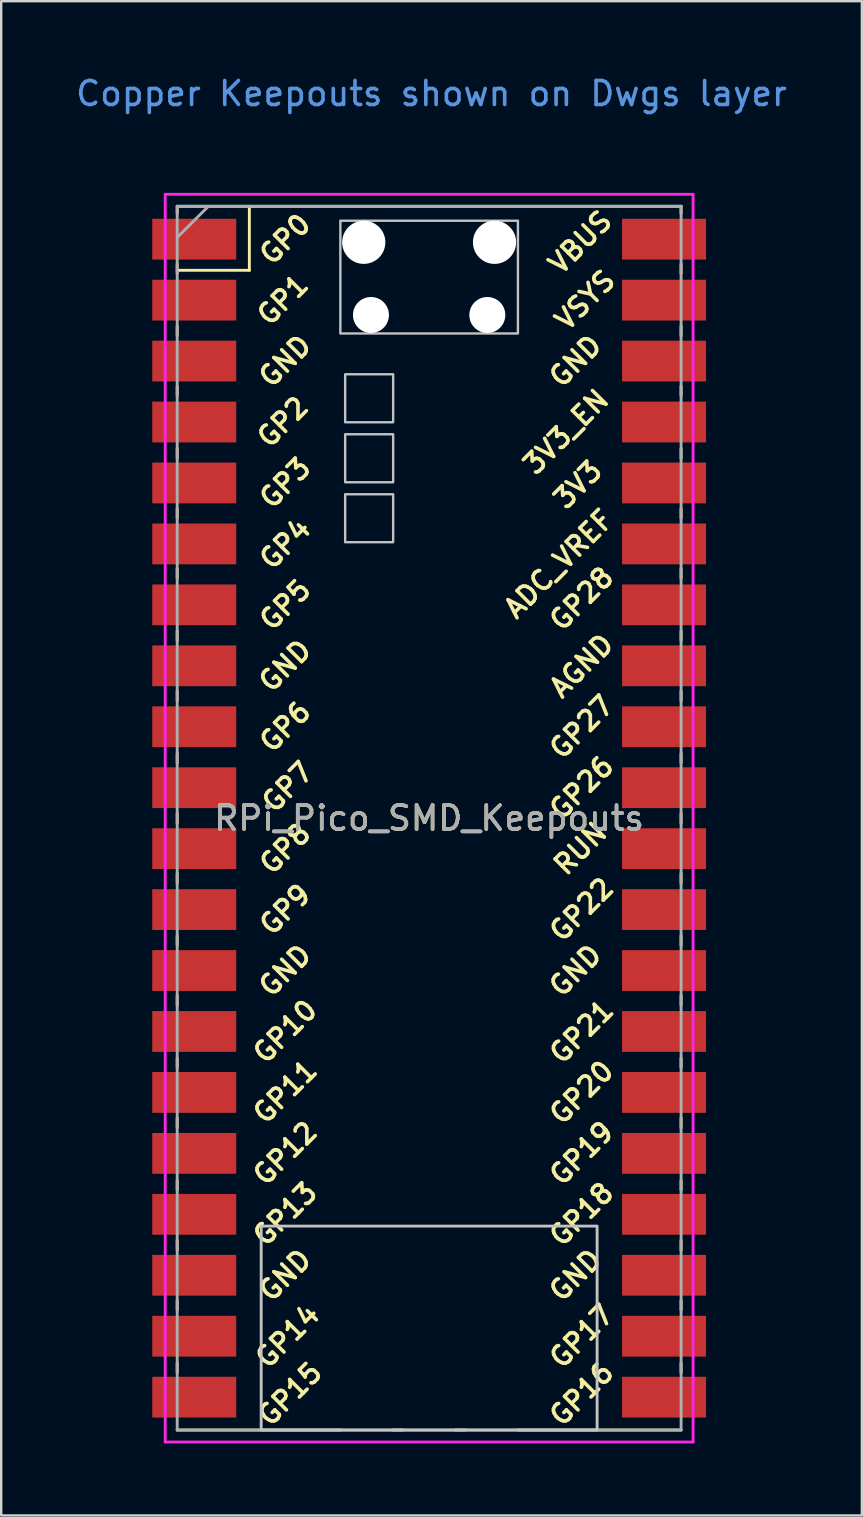
<source format=kicad_pcb>
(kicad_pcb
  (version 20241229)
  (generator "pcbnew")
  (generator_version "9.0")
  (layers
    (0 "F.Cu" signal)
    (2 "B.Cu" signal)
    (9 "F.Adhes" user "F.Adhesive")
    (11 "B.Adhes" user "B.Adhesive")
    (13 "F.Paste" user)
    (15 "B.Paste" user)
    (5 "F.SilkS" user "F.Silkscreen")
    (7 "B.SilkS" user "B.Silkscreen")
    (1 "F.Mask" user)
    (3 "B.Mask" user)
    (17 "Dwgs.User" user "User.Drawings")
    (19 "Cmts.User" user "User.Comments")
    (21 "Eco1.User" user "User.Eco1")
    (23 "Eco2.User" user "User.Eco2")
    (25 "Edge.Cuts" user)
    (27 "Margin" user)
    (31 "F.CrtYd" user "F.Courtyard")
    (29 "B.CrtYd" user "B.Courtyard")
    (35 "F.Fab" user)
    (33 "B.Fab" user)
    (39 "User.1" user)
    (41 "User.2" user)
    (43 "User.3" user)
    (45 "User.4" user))
  (footprint "RPi_Pico_SMD_Keepouts"
    (layer "F.Cu")
    (at 14.835 31.048)
    (property "Reference" "RPi_Pico_SMD_Keepouts" (at 0 0 0) (layer "F.SilkS") (effects (font (size 1 1) (thickness 0.15))))
    (attr through_hole)
    (fp_line (start -10.5 -25.5) (end -10.5 -25.2) (stroke (width 0.12) (type solid)) (layer "F.SilkS"))
    (fp_line (start -10.5 -25.5) (end 10.5 -25.5) (stroke (width 0.12) (type solid)) (layer "F.SilkS"))
    (fp_line (start -10.5 -23.1) (end -10.5 -22.7) (stroke (width 0.12) (type solid)) (layer "F.SilkS"))
    (fp_line (start -10.5 -22.833) (end -7.493 -22.833) (stroke (width 0.12) (type solid)) (layer "F.SilkS"))
    (fp_line (start -10.5 -20.5) (end -10.5 -20.1) (stroke (width 0.12) (type solid)) (layer "F.SilkS"))
    (fp_line (start -10.5 -18) (end -10.5 -17.6) (stroke (width 0.12) (type solid)) (layer "F.SilkS"))
    (fp_line (start -10.5 -15.4) (end -10.5 -15) (stroke (width 0.12) (type solid)) (layer "F.SilkS"))
    (fp_line (start -10.5 -12.9) (end -10.5 -12.5) (stroke (width 0.12) (type solid)) (layer "F.SilkS"))
    (fp_line (start -10.5 -10.4) (end -10.5 -10) (stroke (width 0.12) (type solid)) (layer "F.SilkS"))
    (fp_line (start -10.5 -7.8) (end -10.5 -7.4) (stroke (width 0.12) (type solid)) (layer "F.SilkS"))
    (fp_line (start -10.5 -5.3) (end -10.5 -4.9) (stroke (width 0.12) (type solid)) (layer "F.SilkS"))
    (fp_line (start -10.5 -2.7) (end -10.5 -2.3) (stroke (width 0.12) (type solid)) (layer "F.SilkS"))
    (fp_line (start -10.5 -0.2) (end -10.5 0.2) (stroke (width 0.12) (type solid)) (layer "F.SilkS"))
    (fp_line (start -10.5 2.3) (end -10.5 2.7) (stroke (width 0.12) (type solid)) (layer "F.SilkS"))
    (fp_line (start -10.5 4.9) (end -10.5 5.3) (stroke (width 0.12) (type solid)) (layer "F.SilkS"))
    (fp_line (start -10.5 7.4) (end -10.5 7.8) (stroke (width 0.12) (type solid)) (layer "F.SilkS"))
    (fp_line (start -10.5 10) (end -10.5 10.4) (stroke (width 0.12) (type solid)) (layer "F.SilkS"))
    (fp_line (start -10.5 12.5) (end -10.5 12.9) (stroke (width 0.12) (type solid)) (layer "F.SilkS"))
    (fp_line (start -10.5 15.1) (end -10.5 15.5) (stroke (width 0.12) (type solid)) (layer "F.SilkS"))
    (fp_line (start -10.5 17.6) (end -10.5 18) (stroke (width 0.12) (type solid)) (layer "F.SilkS"))
    (fp_line (start -10.5 20.1) (end -10.5 20.5) (stroke (width 0.12) (type solid)) (layer "F.SilkS"))
    (fp_line (start -10.5 22.7) (end -10.5 23.1) (stroke (width 0.12) (type solid)) (layer "F.SilkS"))
    (fp_line (start -7.493 -22.833) (end -7.493 -25.5) (stroke (width 0.12) (type solid)) (layer "F.SilkS"))
    (fp_line (start -3.7 25.5) (end -10.5 25.5) (stroke (width 0.12) (type solid)) (layer "F.SilkS"))
    (fp_line (start -1.5 25.5) (end -1.1 25.5) (stroke (width 0.12) (type solid)) (layer "F.SilkS"))
    (fp_line (start 1.1 25.5) (end 1.5 25.5) (stroke (width 0.12) (type solid)) (layer "F.SilkS"))
    (fp_line (start 10.5 -25.5) (end 10.5 -25.2) (stroke (width 0.12) (type solid)) (layer "F.SilkS"))
    (fp_line (start 10.5 -23.1) (end 10.5 -22.7) (stroke (width 0.12) (type solid)) (layer "F.SilkS"))
    (fp_line (start 10.5 -20.5) (end 10.5 -20.1) (stroke (width 0.12) (type solid)) (layer "F.SilkS"))
    (fp_line (start 10.5 -18) (end 10.5 -17.6) (stroke (width 0.12) (type solid)) (layer "F.SilkS"))
    (fp_line (start 10.5 -15.4) (end 10.5 -15) (stroke (width 0.12) (type solid)) (layer "F.SilkS"))
    (fp_line (start 10.5 -12.9) (end 10.5 -12.5) (stroke (width 0.12) (type solid)) (layer "F.SilkS"))
    (fp_line (start 10.5 -10.4) (end 10.5 -10) (stroke (width 0.12) (type solid)) (layer "F.SilkS"))
    (fp_line (start 10.5 -7.8) (end 10.5 -7.4) (stroke (width 0.12) (type solid)) (layer "F.SilkS"))
    (fp_line (start 10.5 -5.3) (end 10.5 -4.9) (stroke (width 0.12) (type solid)) (layer "F.SilkS"))
    (fp_line (start 10.5 -2.7) (end 10.5 -2.3) (stroke (width 0.12) (type solid)) (layer "F.SilkS"))
    (fp_line (start 10.5 -0.2) (end 10.5 0.2) (stroke (width 0.12) (type solid)) (layer "F.SilkS"))
    (fp_line (start 10.5 2.3) (end 10.5 2.7) (stroke (width 0.12) (type solid)) (layer "F.SilkS"))
    (fp_line (start 10.5 4.9) (end 10.5 5.3) (stroke (width 0.12) (type solid)) (layer "F.SilkS"))
    (fp_line (start 10.5 7.4) (end 10.5 7.8) (stroke (width 0.12) (type solid)) (layer "F.SilkS"))
    (fp_line (start 10.5 10) (end 10.5 10.4) (stroke (width 0.12) (type solid)) (layer "F.SilkS"))
    (fp_line (start 10.5 12.5) (end 10.5 12.9) (stroke (width 0.12) (type solid)) (layer "F.SilkS"))
    (fp_line (start 10.5 15.1) (end 10.5 15.5) (stroke (width 0.12) (type solid)) (layer "F.SilkS"))
    (fp_line (start 10.5 17.6) (end 10.5 18) (stroke (width 0.12) (type solid)) (layer "F.SilkS"))
    (fp_line (start 10.5 20.1) (end 10.5 20.5) (stroke (width 0.12) (type solid)) (layer "F.SilkS"))
    (fp_line (start 10.5 22.7) (end 10.5 23.1) (stroke (width 0.12) (type solid)) (layer "F.SilkS"))
    (fp_line (start 10.5 25.5) (end 3.7 25.5) (stroke (width 0.12) (type solid)) (layer "F.SilkS"))
    (fp_rect (start -7 17) (end 7 25.5) (stroke (width 0.12) (type solid)) (fill no) (layer "Dwgs.User"))
    (fp_poly (pts (xy -1.5 -16.5) (xy -3.5 -16.5) (xy -3.5 -18.5) (xy -1.5 -18.5)) (stroke (width 0.1) (type solid)) (fill no) (layer "Dwgs.User"))
    (fp_poly (pts (xy -1.5 -14) (xy -3.5 -14) (xy -3.5 -16) (xy -1.5 -16)) (stroke (width 0.1) (type solid)) (fill no) (layer "Dwgs.User"))
    (fp_poly (pts (xy -1.5 -11.5) (xy -3.5 -11.5) (xy -3.5 -13.5) (xy -1.5 -13.5)) (stroke (width 0.1) (type solid)) (fill no) (layer "Dwgs.User"))
    (fp_poly (pts (xy 3.7 -20.2) (xy -3.7 -20.2) (xy -3.7 -24.9) (xy 3.7 -24.9)) (stroke (width 0.1) (type solid)) (fill no) (layer "Dwgs.User"))
    (fp_line (start -11 -26) (end 11 -26) (stroke (width 0.12) (type solid)) (layer "F.CrtYd"))
    (fp_line (start -11 26) (end -11 -26) (stroke (width 0.12) (type solid)) (layer "F.CrtYd"))
    (fp_line (start 11 -26) (end 11 26) (stroke (width 0.12) (type solid)) (layer "F.CrtYd"))
    (fp_line (start 11 26) (end -11 26) (stroke (width 0.12) (type solid)) (layer "F.CrtYd"))
    (fp_line (start -10.5 -25.5) (end 10.5 -25.5) (stroke (width 0.12) (type solid)) (layer "F.Fab"))
    (fp_line (start -10.5 -24.2) (end -9.2 -25.5) (stroke (width 0.12) (type solid)) (layer "F.Fab"))
    (fp_line (start -10.5 25.5) (end -10.5 -25.5) (stroke (width 0.12) (type solid)) (layer "F.Fab"))
    (fp_line (start 10.5 -25.5) (end 10.5 25.5) (stroke (width 0.12) (type solid)) (layer "F.Fab"))
    (fp_line (start 10.5 25.5) (end -10.5 25.5) (stroke (width 0.12) (type solid)) (layer "F.Fab"))
    (fp_text user "GP14" (at -5.9 21.59 45) (layer "F.SilkS") (effects (font (size 0.8 0.8) (thickness 0.15))))
    (fp_text user "GP13" (at -6 16.5 45) (layer "F.SilkS") (effects (font (size 0.8 0.8) (thickness 0.15))))
    (fp_text user "3V3_EN" (at 5.7 -16.1 45) (layer "F.SilkS") (effects (font (size 0.8 0.8) (thickness 0.15))))
    (fp_text user "GP27" (at 6.354 -3.8 45) (layer "F.SilkS") (effects (font (size 0.8 0.8) (thickness 0.15))))
    (fp_text user "GP0" (at -6 -24.13 45) (layer "F.SilkS") (effects (font (size 0.8 0.8) (thickness 0.15))))
    (fp_text user "VBUS" (at 6.3 -24 45) (layer "F.SilkS") (effects (font (size 0.8 0.8) (thickness 0.15))))
    (fp_text user "ADC_VREF" (at 5.4 -10.6 45) (layer "F.SilkS") (effects (font (size 0.8 0.8) (thickness 0.15))))
    (fp_text user "GND" (at -6 6.35 45) (layer "F.SilkS") (effects (font (size 0.8 0.8) (thickness 0.15))))
    (fp_text user "GND" (at 6.1 19.05 45) (layer "F.SilkS") (effects (font (size 0.8 0.8) (thickness 0.15))))
    (fp_text user "GP6" (at -6 -3.81 45) (layer "F.SilkS") (effects (font (size 0.8 0.8) (thickness 0.15))))
    (fp_text user "GP28" (at 6.354 -9.144 45) (layer "F.SilkS") (effects (font (size 0.8 0.8) (thickness 0.15))))
    (fp_text user "GND" (at -6 -6.35 45) (layer "F.SilkS") (effects (font (size 0.8 0.8) (thickness 0.15))))
    (fp_text user "GP3" (at -6 -13.97 45) (layer "F.SilkS") (effects (font (size 0.8 0.8) (thickness 0.15))))
    (fp_text user "GP20" (at 6.354 11.43 45) (layer "F.SilkS") (effects (font (size 0.8 0.8) (thickness 0.15))))
    (fp_text user "GND" (at 6.1 6.35 45) (layer "F.SilkS") (effects (font (size 0.8 0.8) (thickness 0.15))))
    (fp_text user "AGND" (at 6.354 -6.35 45) (layer "F.SilkS") (effects (font (size 0.8 0.8) (thickness 0.15))))
    (fp_text user "GP17" (at 6.354 21.59 45) (layer "F.SilkS") (effects (font (size 0.8 0.8) (thickness 0.15))))
    (fp_text user "GP18" (at 6.354 16.51 45) (layer "F.SilkS") (effects (font (size 0.8 0.8) (thickness 0.15))))
    (fp_text user "GP10" (at -6 8.89 45) (layer "F.SilkS") (effects (font (size 0.8 0.8) (thickness 0.15))))
    (fp_text user "GP15" (at -5.8 24 45) (layer "F.SilkS") (effects (font (size 0.8 0.8) (thickness 0.15))))
    (fp_text user "RUN" (at 6.3 1.27 45) (layer "F.SilkS") (effects (font (size 0.8 0.8) (thickness 0.15))))
    (fp_text user "GP19" (at 6.354 13.97 45) (layer "F.SilkS") (effects (font (size 0.8 0.8) (thickness 0.15))))
    (fp_text user "GP21" (at 6.354 8.9 45) (layer "F.SilkS") (effects (font (size 0.8 0.8) (thickness 0.15))))
    (fp_text user "GND" (at -6 19.05 45) (layer "F.SilkS") (effects (font (size 0.8 0.8) (thickness 0.15))))
    (fp_text user "GP5" (at -6 -8.89 45) (layer "F.SilkS") (effects (font (size 0.8 0.8) (thickness 0.15))))
    (fp_text user "GP12" (at -6 13.97 45) (layer "F.SilkS") (effects (font (size 0.8 0.8) (thickness 0.15))))
    (fp_text user "3V3" (at 6.2 -13.9 45) (layer "F.SilkS") (effects (font (size 0.8 0.8) (thickness 0.15))))
    (fp_text user "GND" (at 6.1 -19.05 45) (layer "F.SilkS") (effects (font (size 0.8 0.8) (thickness 0.15))))
    (fp_text user "GP8" (at -6 1.27 45) (layer "F.SilkS") (effects (font (size 0.8 0.8) (thickness 0.15))))
    (fp_text user "GP4" (at -6 -11.43 45) (layer "F.SilkS") (effects (font (size 0.8 0.8) (thickness 0.15))))
    (fp_text user "GP9" (at -6 3.81 45) (layer "F.SilkS") (effects (font (size 0.8 0.8) (thickness 0.15))))
    (fp_text user "GP16" (at 6.354 24 45) (layer "F.SilkS") (effects (font (size 0.8 0.8) (thickness 0.15))))
    (fp_text user "GP1" (at -6.1 -21.6 45) (layer "F.SilkS") (effects (font (size 0.8 0.8) (thickness 0.15))))
    (fp_text user "VSYS" (at 6.5 -21.59 45) (layer "F.SilkS") (effects (font (size 0.8 0.8) (thickness 0.15))))
    (fp_text user "GND" (at -6 -19.05 45) (layer "F.SilkS") (effects (font (size 0.8 0.8) (thickness 0.15))))
    (fp_text user "GP22" (at 6.354 3.81 45) (layer "F.SilkS") (effects (font (size 0.8 0.8) (thickness 0.15))))
    (fp_text user "GP26" (at 6.354 -1.27 45) (layer "F.SilkS") (effects (font (size 0.8 0.8) (thickness 0.15))))
    (fp_text user "GP11" (at -6 11.4 45) (layer "F.SilkS") (effects (font (size 0.8 0.8) (thickness 0.15))))
    (fp_text user "GP7" (at -5.9 -1.3 45) (layer "F.SilkS") (effects (font (size 0.8 0.8) (thickness 0.15))))
    (fp_text user "GP2" (at -6.1 -16.51 45) (layer "F.SilkS") (effects (font (size 0.8 0.8) (thickness 0.15))))
    (fp_text user "Copper Keepouts shown on Dwgs layer" (at 0.1 -30.2 0) (layer "Cmts.User") (effects (font (size 1 1) (thickness 0.15))))
    (fp_text user "${REFERENCE}" (at 0 0 180) (layer "F.Fab") (effects (font (size 1 1) (thickness 0.15))))
    (pad "" np_thru_hole oval (at -2.725 -24) (size 1.8 1.8) (drill 1.8) (layers "*.Cu" "*.Mask"))
    (pad "" np_thru_hole oval (at -2.425 -20.97) (size 1.5 1.5) (drill 1.5) (layers "*.Cu" "*.Mask"))
    (pad "" np_thru_hole oval (at 2.425 -20.97) (size 1.5 1.5) (drill 1.5) (layers "*.Cu" "*.Mask"))
    (pad "" np_thru_hole oval (at 2.725 -24) (size 1.8 1.8) (drill 1.8) (layers "*.Cu" "*.Mask"))
    (pad "1" smd rect (at -8.89 -24.13) (size 3.5 1.7) (drill (offset -0.9 0)) (layers "F.Cu" "F.Mask"))
    (pad "2" smd rect (at -8.89 -21.59) (size 3.5 1.7) (drill (offset -0.9 0)) (layers "F.Cu" "F.Mask"))
    (pad "3" smd rect (at -8.89 -19.05) (size 3.5 1.7) (drill (offset -0.9 0)) (layers "F.Cu" "F.Mask"))
    (pad "4" smd rect (at -8.89 -16.51) (size 3.5 1.7) (drill (offset -0.9 0)) (layers "F.Cu" "F.Mask"))
    (pad "5" smd rect (at -8.89 -13.97) (size 3.5 1.7) (drill (offset -0.9 0)) (layers "F.Cu" "F.Mask"))
    (pad "6" smd rect (at -8.89 -11.43) (size 3.5 1.7) (drill (offset -0.9 0)) (layers "F.Cu" "F.Mask"))
    (pad "7" smd rect (at -8.89 -8.89) (size 3.5 1.7) (drill (offset -0.9 0)) (layers "F.Cu" "F.Mask"))
    (pad "8" smd rect (at -8.89 -6.35) (size 3.5 1.7) (drill (offset -0.9 0)) (layers "F.Cu" "F.Mask"))
    (pad "9" smd rect (at -8.89 -3.81) (size 3.5 1.7) (drill (offset -0.9 0)) (layers "F.Cu" "F.Mask"))
    (pad "10" smd rect (at -8.89 -1.27) (size 3.5 1.7) (drill (offset -0.9 0)) (layers "F.Cu" "F.Mask"))
    (pad "11" smd rect (at -8.89 1.27) (size 3.5 1.7) (drill (offset -0.9 0)) (layers "F.Cu" "F.Mask"))
    (pad "12" smd rect (at -8.89 3.81) (size 3.5 1.7) (drill (offset -0.9 0)) (layers "F.Cu" "F.Mask"))
    (pad "13" smd rect (at -8.89 6.35) (size 3.5 1.7) (drill (offset -0.9 0)) (layers "F.Cu" "F.Mask"))
    (pad "14" smd rect (at -8.89 8.89) (size 3.5 1.7) (drill (offset -0.9 0)) (layers "F.Cu" "F.Mask"))
    (pad "15" smd rect (at -8.89 11.43) (size 3.5 1.7) (drill (offset -0.9 0)) (layers "F.Cu" "F.Mask"))
    (pad "16" smd rect (at -8.89 13.97) (size 3.5 1.7) (drill (offset -0.9 0)) (layers "F.Cu" "F.Mask"))
    (pad "17" smd rect (at -8.89 16.51) (size 3.5 1.7) (drill (offset -0.9 0)) (layers "F.Cu" "F.Mask"))
    (pad "18" smd rect (at -8.89 19.05) (size 3.5 1.7) (drill (offset -0.9 0)) (layers "F.Cu" "F.Mask"))
    (pad "19" smd rect (at -8.89 21.59) (size 3.5 1.7) (drill (offset -0.9 0)) (layers "F.Cu" "F.Mask"))
    (pad "20" smd rect (at -8.89 24.13) (size 3.5 1.7) (drill (offset -0.9 0)) (layers "F.Cu" "F.Mask"))
    (pad "21" smd rect (at 8.89 24.13) (size 3.5 1.7) (drill (offset 0.9 0)) (layers "F.Cu" "F.Mask"))
    (pad "22" smd rect (at 8.89 21.59) (size 3.5 1.7) (drill (offset 0.9 0)) (layers "F.Cu" "F.Mask"))
    (pad "23" smd rect (at 8.89 19.05) (size 3.5 1.7) (drill (offset 0.9 0)) (layers "F.Cu" "F.Mask"))
    (pad "24" smd rect (at 8.89 16.51) (size 3.5 1.7) (drill (offset 0.9 0)) (layers "F.Cu" "F.Mask"))
    (pad "25" smd rect (at 8.89 13.97) (size 3.5 1.7) (drill (offset 0.9 0)) (layers "F.Cu" "F.Mask"))
    (pad "26" smd rect (at 8.89 11.43) (size 3.5 1.7) (drill (offset 0.9 0)) (layers "F.Cu" "F.Mask"))
    (pad "27" smd rect (at 8.89 8.89) (size 3.5 1.7) (drill (offset 0.9 0)) (layers "F.Cu" "F.Mask"))
    (pad "28" smd rect (at 8.89 6.35) (size 3.5 1.7) (drill (offset 0.9 0)) (layers "F.Cu" "F.Mask"))
    (pad "29" smd rect (at 8.89 3.81) (size 3.5 1.7) (drill (offset 0.9 0)) (layers "F.Cu" "F.Mask"))
    (pad "30" smd rect (at 8.89 1.27) (size 3.5 1.7) (drill (offset 0.9 0)) (layers "F.Cu" "F.Mask"))
    (pad "31" smd rect (at 8.89 -1.27) (size 3.5 1.7) (drill (offset 0.9 0)) (layers "F.Cu" "F.Mask"))
    (pad "32" smd rect (at 8.89 -3.81) (size 3.5 1.7) (drill (offset 0.9 0)) (layers "F.Cu" "F.Mask"))
    (pad "33" smd rect (at 8.89 -6.35) (size 3.5 1.7) (drill (offset 0.9 0)) (layers "F.Cu" "F.Mask"))
    (pad "34" smd rect (at 8.89 -8.89) (size 3.5 1.7) (drill (offset 0.9 0)) (layers "F.Cu" "F.Mask"))
    (pad "35" smd rect (at 8.89 -11.43) (size 3.5 1.7) (drill (offset 0.9 0)) (layers "F.Cu" "F.Mask"))
    (pad "36" smd rect (at 8.89 -13.97) (size 3.5 1.7) (drill (offset 0.9 0)) (layers "F.Cu" "F.Mask"))
    (pad "37" smd rect (at 8.89 -16.51) (size 3.5 1.7) (drill (offset 0.9 0)) (layers "F.Cu" "F.Mask"))
    (pad "38" smd rect (at 8.89 -19.05) (size 3.5 1.7) (drill (offset 0.9 0)) (layers "F.Cu" "F.Mask"))
    (pad "39" smd rect (at 8.89 -21.59) (size 3.5 1.7) (drill (offset 0.9 0)) (layers "F.Cu" "F.Mask"))
    (pad "40" smd rect (at 8.89 -24.13) (size 3.5 1.7) (drill (offset 0.9 0)) (layers "F.Cu" "F.Mask")))
  (gr_rect
    (start -3 -3)
    (end 32.869 60.108)
    (stroke (width 0.1) (type default))
    (fill no)
    (layer "Edge.Cuts")))
</source>
